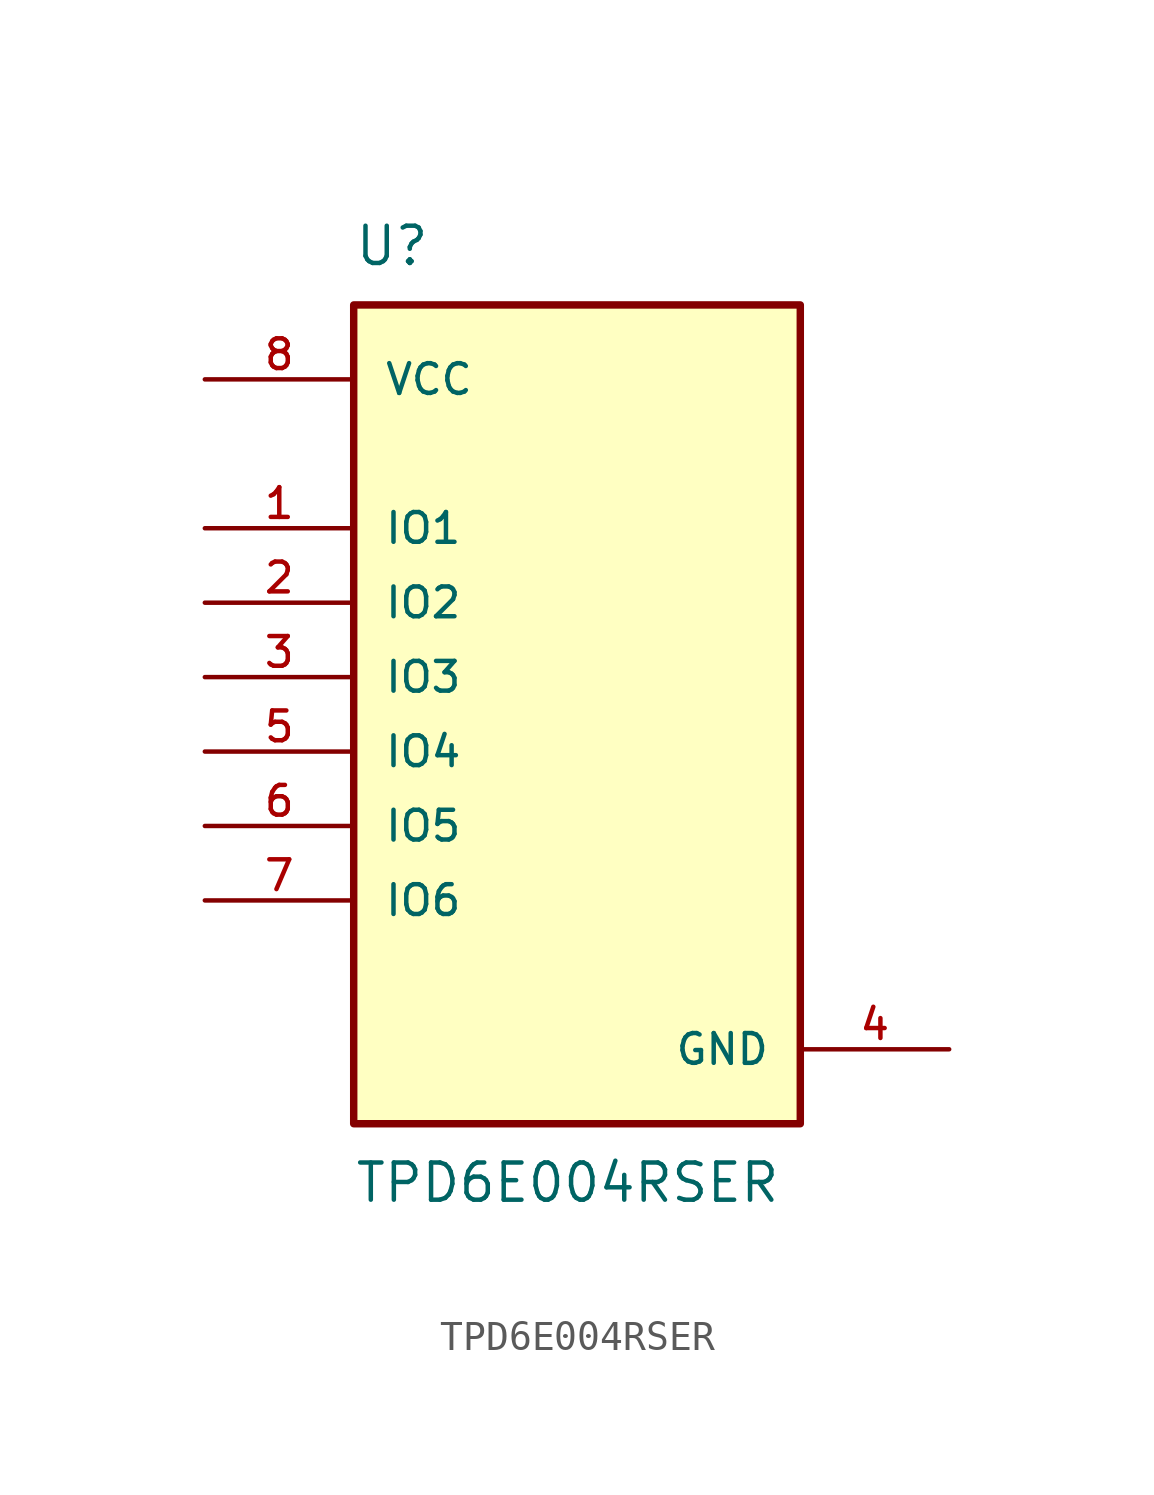
<source format=kicad_sym>
(kicad_symbol_lib
  (version 20211014)
  (generator kicad_symbol_editor)
  (symbol "TPD6E004RSER"
    (pin_names
      (offset 1.016))
    (property "Reference" "U"
      (at -7.62 16.51 0)
      (effects (font (size 1.27 1.27)) (justify bottom left)))
    (property "Value" "TPD6E004RSER"
      (at -7.62 -13.97 0)
      (effects (font (size 1.27 1.27)) (justify top left)))
    (symbol "TPD6E004RSER_0_0"
      (rectangle (start -7.62 -12.7) (end 7.62 15.24) (stroke (width 0.254)) (fill (type background)))
      (pin bidirectional line (at -12.7 7.62 0) (length 5.08) (name "IO1" (effects (font (size 1.016 1.016)))) (number "1" (effects (font (size 1.016 1.016)))))
      (pin bidirectional line (at -12.7 5.08 0) (length 5.08) (name "IO2" (effects (font (size 1.016 1.016)))) (number "2" (effects (font (size 1.016 1.016)))))
      (pin bidirectional line (at -12.7 2.54 0) (length 5.08) (name "IO3" (effects (font (size 1.016 1.016)))) (number "3" (effects (font (size 1.016 1.016)))))
      (pin bidirectional line (at -12.7 0.0 0) (length 5.08) (name "IO4" (effects (font (size 1.016 1.016)))) (number "5" (effects (font (size 1.016 1.016)))))
      (pin bidirectional line (at -12.7 -2.54 0) (length 5.08) (name "IO5" (effects (font (size 1.016 1.016)))) (number "6" (effects (font (size 1.016 1.016)))))
      (pin bidirectional line (at -12.7 -5.08 0) (length 5.08) (name "IO6" (effects (font (size 1.016 1.016)))) (number "7" (effects (font (size 1.016 1.016)))))
      (pin power_in line (at -12.7 12.7 0) (length 5.08) (name "VCC" (effects (font (size 1.016 1.016)))) (number "8" (effects (font (size 1.016 1.016)))))
      (pin power_in line (at 12.7 -10.16 180.0) (length 5.08) (name "GND" (effects (font (size 1.016 1.016)))) (number "4" (effects (font (size 1.016 1.016))))))))
</source>
